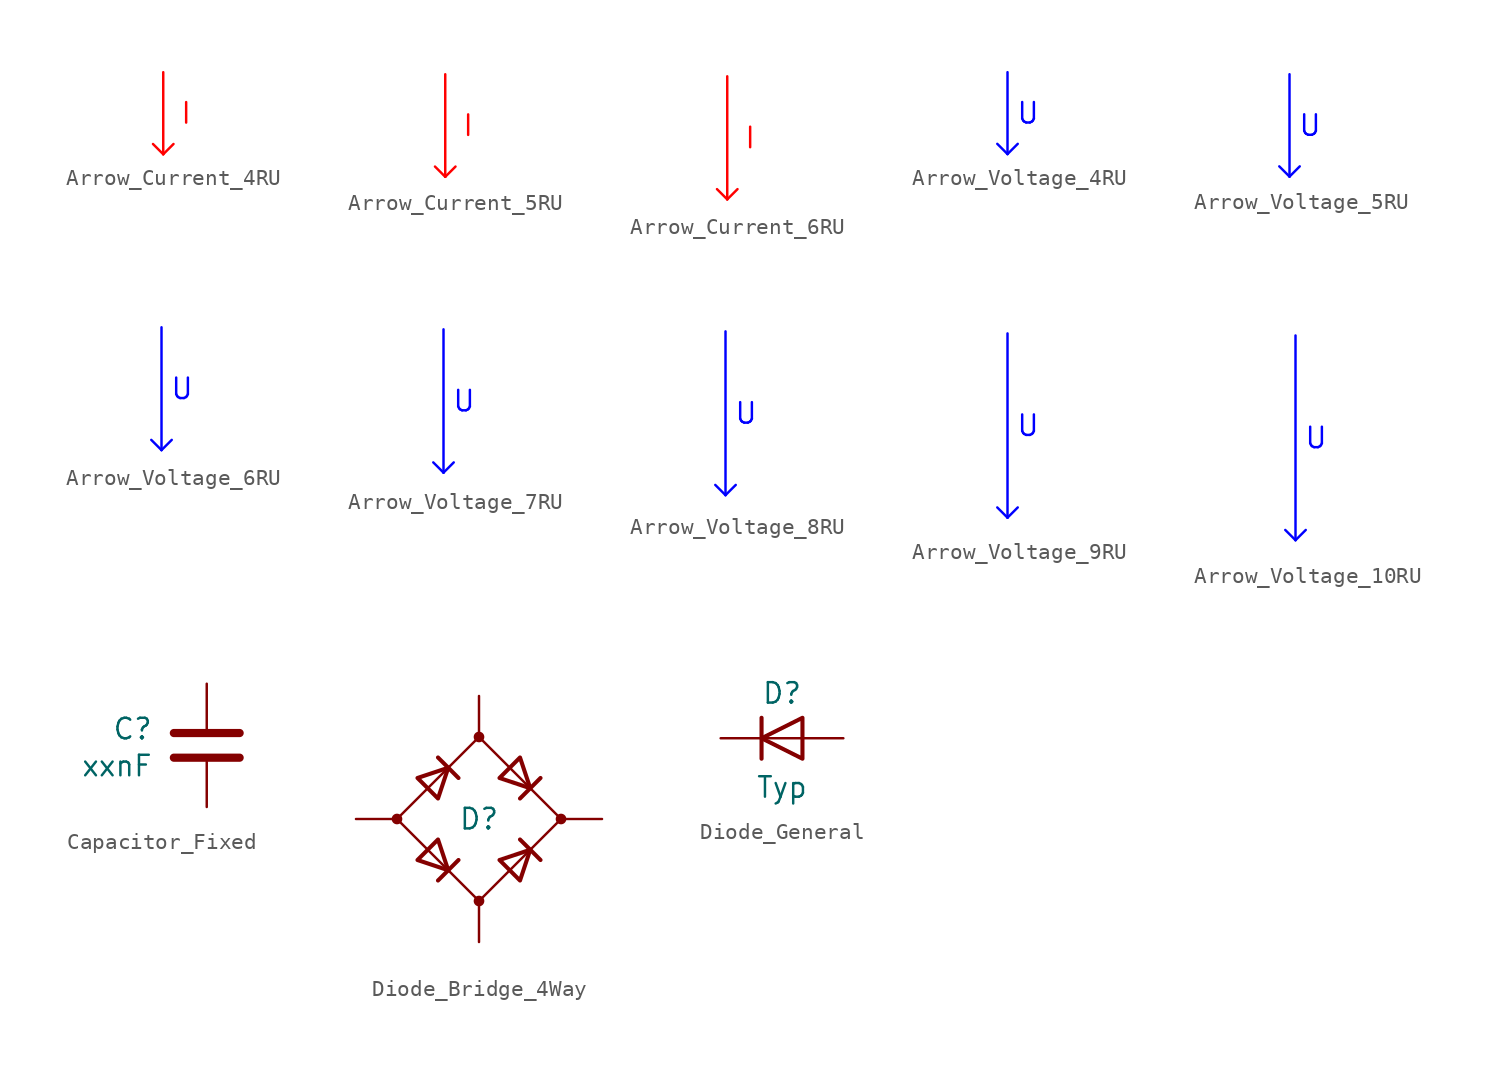
<source format=kicad_sym>
(kicad_symbol_lib
  (version 20231120)
  (generator "kicad_symbol_editor")
  (generator_version "8.0")
  (symbol "Arrow_Current_4RU"
    (pin_numbers hide)
    (pin_names
      (offset 0) hide)
    (property "Reference" "AA"
      (at -1.27 0 0)
      (effects (font (size 1.27 1.27)) (hide yes)))
    (property "Value" "I"
      (at 1.016 0 0)
      (do_not_autoplace)
      (effects (font (size 1.27 1.27) (color 255 0 0 1)) (justify left)))
    (symbol "Arrow_Current_4RU_1_0"
      (polyline (pts (xy 0 -2.54) (xy -0.635 -1.905)) (stroke (width 0) (type default) (color 255 0 0 1)) (fill (type none)))
      (polyline (pts (xy 0 -2.54) (xy 0.635 -1.905)) (stroke (width 0) (type default) (color 255 0 0 1)) (fill (type none)))
      (polyline (pts (xy 0 2.54) (xy 0 -2.54)) (stroke (width 0) (type default) (color 255 0 0 1)) (fill (type none)))))
  (symbol "Arrow_Current_5RU"
    (pin_numbers hide)
    (pin_names
      (offset 0) hide)
    (property "Reference" "AA"
      (at -1.27 0 0)
      (do_not_autoplace)
      (effects (font (size 1.27 1.27)) (hide yes)))
    (property "Value" "I"
      (at 1.016 0 0)
      (do_not_autoplace)
      (effects (font (size 1.27 1.27) (color 255 0 0 1)) (justify left)))
    (symbol "Arrow_Current_5RU_1_0"
      (polyline (pts (xy 0 -3.175) (xy -0.635 -2.54)) (stroke (width 0) (type default) (color 255 0 0 1)) (fill (type none)))
      (polyline (pts (xy 0 -3.175) (xy 0.635 -2.54)) (stroke (width 0) (type default) (color 255 0 0 1)) (fill (type none)))
      (polyline (pts (xy 0 3.175) (xy 0 -3.175)) (stroke (width 0) (type default) (color 255 0 0 1)) (fill (type none)))))
  (symbol "Arrow_Current_6RU"
    (pin_numbers hide)
    (pin_names
      (offset 0) hide)
    (property "Reference" "AA"
      (at 0 0 0)
      (effects (font (size 1.27 1.27)) (hide yes)))
    (property "Value" "I"
      (at 1.016 0 0)
      (do_not_autoplace)
      (effects (font (size 1.27 1.27) (color 255 0 0 1)) (justify left)))
    (symbol "Arrow_Current_6RU_1_0"
      (polyline (pts (xy 0 -3.81) (xy -0.635 -3.175)) (stroke (width 0) (type default) (color 255 0 0 1)) (fill (type none)))
      (polyline (pts (xy 0 -3.81) (xy 0.635 -3.175)) (stroke (width 0) (type default) (color 255 0 0 1)) (fill (type none)))
      (polyline (pts (xy 0 3.81) (xy 0 -3.81)) (stroke (width 0) (type default) (color 255 0 0 1)) (fill (type none)))))
  (symbol "Arrow_Voltage_4RU"
    (pin_numbers hide)
    (pin_names
      (offset 0) hide)
    (property "Reference" "UU"
      (at -1.524 0 0)
      (effects (font (size 1.27 1.27)) (hide yes)))
    (property "Value" "U"
      (at 0.508 0 0)
      (do_not_autoplace)
      (effects (font (size 1.27 1.27) (color 0 0 255 1)) (justify left)))
    (symbol "Arrow_Voltage_4RU_1_0"
      (polyline (pts (xy 0 -2.54) (xy -0.635 -1.905)) (stroke (width 0) (type default) (color 0 0 255 1)) (fill (type none)))
      (polyline (pts (xy 0 -2.54) (xy 0.635 -1.905)) (stroke (width 0) (type default) (color 0 0 255 1)) (fill (type none)))
      (polyline (pts (xy 0 2.54) (xy 0 -2.54)) (stroke (width 0) (type default) (color 0 0 255 1)) (fill (type none)))))
  (symbol "Arrow_Voltage_5RU"
    (pin_numbers hide)
    (pin_names
      (offset 0) hide)
    (property "Reference" "UU"
      (at -1.27 0 0)
      (effects (font (size 1.27 1.27)) (hide yes)))
    (property "Value" "U"
      (at 0.508 0 0)
      (do_not_autoplace)
      (effects (font (size 1.27 1.27) (color 0 0 255 1)) (justify left)))
    (symbol "Arrow_Voltage_5RU_1_0"
      (polyline (pts (xy 0 -3.175) (xy -0.635 -2.54)) (stroke (width 0) (type default) (color 0 0 255 1)) (fill (type none)))
      (polyline (pts (xy 0 -3.175) (xy 0.635 -2.54)) (stroke (width 0) (type default) (color 0 0 255 1)) (fill (type none)))
      (polyline (pts (xy 0 3.175) (xy 0 -3.175)) (stroke (width 0) (type default) (color 0 0 255 1)) (fill (type none)))))
  (symbol "Arrow_Voltage_6RU"
    (pin_numbers hide)
    (pin_names
      (offset 0) hide)
    (property "Reference" "UU"
      (at -1.524 0 0)
      (effects (font (size 1.27 1.27)) (hide yes)))
    (property "Value" "U"
      (at 0.508 0 0)
      (do_not_autoplace)
      (effects (font (size 1.27 1.27) (color 0 0 255 1)) (justify left)))
    (symbol "Arrow_Voltage_6RU_1_0"
      (polyline (pts (xy 0 -3.81) (xy -0.635 -3.175)) (stroke (width 0) (type default) (color 0 0 255 1)) (fill (type none)))
      (polyline (pts (xy 0 -3.81) (xy 0.635 -3.175)) (stroke (width 0) (type default) (color 0 0 255 1)) (fill (type none)))
      (polyline (pts (xy 0 3.81) (xy 0 -3.81)) (stroke (width 0) (type default) (color 0 0 255 1)) (fill (type none)))))
  (symbol "Arrow_Voltage_7RU"
    (pin_numbers hide)
    (pin_names
      (offset 0) hide)
    (property "Reference" "UU"
      (at -1.524 0 0)
      (effects (font (size 1.27 1.27)) (hide yes)))
    (property "Value" "U"
      (at 0.508 0 0)
      (do_not_autoplace)
      (effects (font (size 1.27 1.27) (color 0 0 255 1)) (justify left)))
    (symbol "Arrow_Voltage_7RU_1_0"
      (polyline (pts (xy 0 -4.445) (xy -0.635 -3.81)) (stroke (width 0) (type default) (color 0 0 255 1)) (fill (type none)))
      (polyline (pts (xy 0 -4.445) (xy 0.635 -3.81)) (stroke (width 0) (type default) (color 0 0 255 1)) (fill (type none)))
      (polyline (pts (xy 0 4.445) (xy 0 -4.445)) (stroke (width 0) (type default) (color 0 0 255 1)) (fill (type none)))))
  (symbol "Arrow_Voltage_8RU"
    (pin_numbers hide)
    (pin_names
      (offset 0) hide)
    (property "Reference" "UUU"
      (at -2.794 0 0)
      (effects (font (size 1.27 1.27)) (hide yes)))
    (property "Value" "U"
      (at 0.508 0 0)
      (do_not_autoplace)
      (effects (font (size 1.27 1.27) (color 0 0 255 1)) (justify left)))
    (symbol "Arrow_Voltage_8RU_1_0"
      (polyline (pts (xy 0 -5.08) (xy -0.635 -4.445)) (stroke (width 0) (type default) (color 0 0 255 1)) (fill (type none)))
      (polyline (pts (xy 0 -5.08) (xy 0.635 -4.445)) (stroke (width 0) (type default) (color 0 0 255 1)) (fill (type none)))
      (polyline (pts (xy 0 5.08) (xy 0 -5.08)) (stroke (width 0) (type default) (color 0 0 255 1)) (fill (type none)))))
  (symbol "Arrow_Voltage_9RU"
    (pin_numbers hide)
    (pin_names
      (offset 0) hide)
    (property "Reference" "UU"
      (at -1.778 0 0)
      (effects (font (size 1.27 1.27)) (hide yes)))
    (property "Value" "U"
      (at 0.508 0 0)
      (do_not_autoplace)
      (effects (font (size 1.27 1.27) (color 0 0 255 1)) (justify left)))
    (symbol "Arrow_Voltage_9RU_1_0"
      (polyline (pts (xy 0 -5.715) (xy -0.635 -5.08)) (stroke (width 0) (type default) (color 0 0 255 1)) (fill (type none)))
      (polyline (pts (xy 0 -5.715) (xy 0.635 -5.08)) (stroke (width 0) (type default) (color 0 0 255 1)) (fill (type none)))
      (polyline (pts (xy 0 5.715) (xy 0 -5.715)) (stroke (width 0) (type default) (color 0 0 255 1)) (fill (type none)))))
  (symbol "Arrow_Voltage_10RU"
    (pin_numbers hide)
    (pin_names
      (offset 0) hide)
    (property "Reference" "UU"
      (at -1.778 0 0)
      (effects (font (size 1.27 1.27)) (hide yes)))
    (property "Value" "U"
      (at 0.508 0 0)
      (do_not_autoplace)
      (effects (font (size 1.27 1.27) (color 0 0 255 1)) (justify left)))
    (symbol "Arrow_Voltage_10RU_1_0"
      (polyline (pts (xy 0 -6.35) (xy -0.635 -5.715)) (stroke (width 0) (type default) (color 0 0 255 1)) (fill (type none)))
      (polyline (pts (xy 0 -6.35) (xy 0.635 -5.715)) (stroke (width 0) (type default) (color 0 0 255 1)) (fill (type none)))
      (polyline (pts (xy 0 6.35) (xy 0 -6.35)) (stroke (width 0) (type default) (color 0 0 255 1)) (fill (type none)))))
  (symbol "Capacitor_Fixed"
    (pin_numbers hide)
    (pin_names hide)
    (property "Reference" "C"
      (at -3.302 1.016 0)
      (effects (font (size 1.27 1.27)) (justify right)))
    (property "Value" "xxnF"
      (at -3.302 -1.27 0)
      (effects (font (size 1.27 1.27)) (justify right)))
    (symbol "Capacitor_Fixed_0_1"
      (polyline (pts (xy -2.032 -0.762) (xy 2.032 -0.762)) (stroke (width 0.508) (type default)) (fill (type none)))
      (polyline (pts (xy -2.032 0.762) (xy 2.032 0.762)) (stroke (width 0.508) (type default)) (fill (type none))))
    (symbol "Capacitor_Fixed_1_1"
      (pin passive line (at 0 3.81 270) (length 2.794) (name "~" (effects (font (size 1.27 1.27)))) (number "1" (effects (font (size 1.27 1.27)))))
      (pin passive line (at 0 -3.81 90) (length 2.794) (name "~" (effects (font (size 1.27 1.27)))) (number "2" (effects (font (size 1.27 1.27)))))))
  (symbol "Diode_Bridge_4Way"
    (pin_numbers hide)
    (pin_names
      (offset 0) hide)
    (property "Reference" "D"
      (at 0 0 0)
      (effects (font (size 1.27 1.27))))
    (property "Value" ""
      (at 0 0 0)
      (effects (font (size 1.27 1.27))))
    (symbol "Diode_Bridge_4Way_0_1"
      (circle (center -5.08 0) (radius 0.254) (stroke (width 0) (type default)) (fill (type outline)))
      (circle (center 0 -5.08) (radius 0.254) (stroke (width 0) (type default)) (fill (type outline)))
      (polyline (pts (xy -2.54 3.81) (xy -1.27 2.54)) (stroke (width 0.254) (type default)) (fill (type none)))
      (polyline (pts (xy -1.27 -2.54) (xy -2.54 -3.81)) (stroke (width 0.254) (type default)) (fill (type none)))
      (polyline (pts (xy 2.54 -1.27) (xy 3.81 -2.54)) (stroke (width 0.254) (type default)) (fill (type none)))
      (polyline (pts (xy 2.54 1.27) (xy 3.81 2.54)) (stroke (width 0.254) (type default)) (fill (type none)))
      (polyline (pts (xy -3.81 2.54) (xy -2.54 1.27) (xy -1.905 3.175) (xy -3.81 2.54)) (stroke (width 0.254) (type default)) (fill (type none)))
      (polyline (pts (xy -2.54 -1.27) (xy -3.81 -2.54) (xy -1.905 -3.175) (xy -2.54 -1.27)) (stroke (width 0.254) (type default)) (fill (type none)))
      (polyline (pts (xy 1.27 2.54) (xy 2.54 3.81) (xy 3.175 1.905) (xy 1.27 2.54)) (stroke (width 0.254) (type default)) (fill (type none)))
      (polyline (pts (xy 3.175 -1.905) (xy 1.27 -2.54) (xy 2.54 -3.81) (xy 3.175 -1.905)) (stroke (width 0.254) (type default)) (fill (type none)))
      (polyline (pts (xy -5.08 0) (xy 0 -5.08) (xy 5.08 0) (xy 0 5.08) (xy -5.08 0)) (stroke (width 0) (type default)) (fill (type none)))
      (circle (center 0 5.08) (radius 0.254) (stroke (width 0) (type default)) (fill (type outline)))
      (circle (center 5.08 0) (radius 0.254) (stroke (width 0) (type default)) (fill (type outline))))
    (symbol "Diode_Bridge_4Way_1_1"
      (pin passive line (at -7.62 0 0) (length 2.54) (name "-" (effects (font (size 1.27 1.27)))) (number "1" (effects (font (size 1.27 1.27)))))
      (pin passive line (at 0 7.62 270) (length 2.54) (name "~" (effects (font (size 1.27 1.27)))) (number "2" (effects (font (size 1.27 1.27)))))
      (pin passive line (at 0 -7.62 90) (length 2.54) (name "~" (effects (font (size 1.27 1.27)))) (number "3" (effects (font (size 1.27 1.27)))))
      (pin passive line (at 7.62 0 180) (length 2.54) (name "+" (effects (font (size 1.27 1.27)))) (number "4" (effects (font (size 1.27 1.27)))))))
  (symbol "Diode_General"
    (pin_numbers hide)
    (pin_names
      (offset 0) hide)
    (property "Reference" "D"
      (at 0 2.794 0)
      (effects (font (size 1.27 1.27))))
    (property "Value" "Typ"
      (at 0 -3.048 0)
      (effects (font (size 1.27 1.27))))
    (symbol "Diode_General_0_1"
      (polyline (pts (xy -1.27 1.27) (xy -1.27 -1.27)) (stroke (width 0.254) (type default)) (fill (type none)))
      (polyline (pts (xy 1.27 0) (xy -1.27 0)) (stroke (width 0) (type default)) (fill (type none)))
      (polyline (pts (xy 1.27 1.27) (xy 1.27 -1.27) (xy -1.27 0) (xy 1.27 1.27)) (stroke (width 0.254) (type default)) (fill (type none))))
    (symbol "Diode_General_1_1"
      (pin passive line (at -3.81 0 0) (length 2.54) (name "K" (effects (font (size 1.27 1.27)))) (number "1" (effects (font (size 1.27 1.27)))))
      (pin passive line (at 3.81 0 180) (length 2.54) (name "A" (effects (font (size 1.27 1.27)))) (number "2" (effects (font (size 1.27 1.27))))))))
</source>
